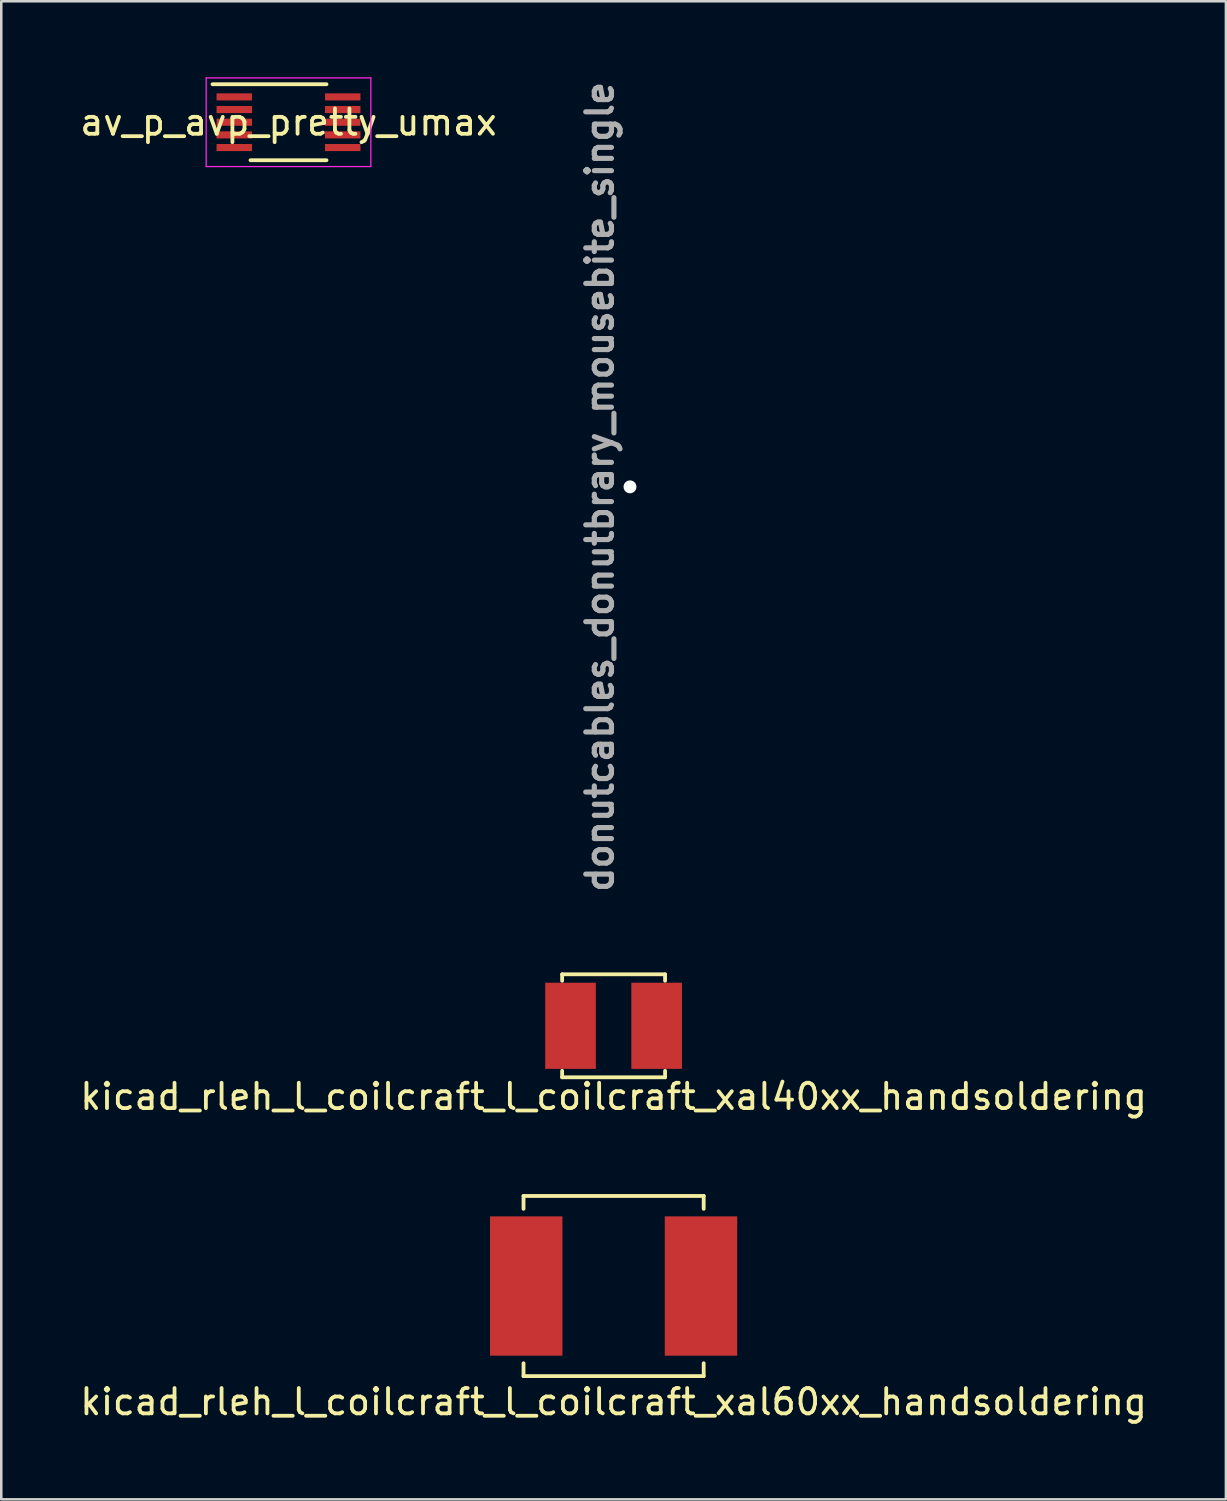
<source format=kicad_pcb>
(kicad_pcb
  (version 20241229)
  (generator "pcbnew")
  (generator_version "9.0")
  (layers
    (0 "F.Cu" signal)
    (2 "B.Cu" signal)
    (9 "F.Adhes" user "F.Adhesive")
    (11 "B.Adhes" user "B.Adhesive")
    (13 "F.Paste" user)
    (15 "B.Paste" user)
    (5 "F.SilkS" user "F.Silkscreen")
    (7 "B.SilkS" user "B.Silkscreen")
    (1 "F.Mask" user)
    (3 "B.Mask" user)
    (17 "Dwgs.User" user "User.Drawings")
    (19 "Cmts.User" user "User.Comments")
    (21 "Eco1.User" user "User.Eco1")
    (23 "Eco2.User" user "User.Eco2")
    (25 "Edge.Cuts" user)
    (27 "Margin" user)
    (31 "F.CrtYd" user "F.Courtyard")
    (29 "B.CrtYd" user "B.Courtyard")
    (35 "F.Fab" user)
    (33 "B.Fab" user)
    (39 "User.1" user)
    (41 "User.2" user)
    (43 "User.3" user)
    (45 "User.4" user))
  (footprint "kicad_rleh_l_coilcraft_l_coilcraft_xal60xx_handsoldering"
    (layer "F.Cu")
    (at 21.173 47.718)
    (property "Reference" "kicad_rleh_l_coilcraft_l_coilcraft_xal60xx_handsoldering" (at 0 4.572 0) (layer "F.SilkS") (effects (font (size 1 1) (thickness 0.15))))
    (attr through_hole)
    (fp_line (start -3.556 -3.556) (end -3.556 -3.048) (stroke (width 0.15) (type solid)) (layer "F.SilkS"))
    (fp_line (start -3.556 -3.556) (end 3.556 -3.556) (stroke (width 0.15) (type solid)) (layer "F.SilkS"))
    (fp_line (start -3.556 3.556) (end -3.556 3.048) (stroke (width 0.15) (type solid)) (layer "F.SilkS"))
    (fp_line (start 3.556 -3.556) (end 3.556 -3.048) (stroke (width 0.15) (type solid)) (layer "F.SilkS"))
    (fp_line (start 3.556 3.048) (end 3.556 3.556) (stroke (width 0.15) (type solid)) (layer "F.SilkS"))
    (fp_line (start 3.556 3.556) (end -3.556 3.556) (stroke (width 0.15) (type solid)) (layer "F.SilkS"))
    (pad "1" smd rect (at -3.45 0) (size 2.86 5.5) (layers "F.Cu" "F.Mask" "F.Paste"))
    (pad "2" smd rect (at 3.45 0) (size 2.86 5.5) (layers "F.Cu" "F.Mask" "F.Paste")))
  (footprint "kicad_rleh_l_coilcraft_l_coilcraft_xal40xx_handsoldering"
    (layer "F.Cu")
    (at 21.173 37.445)
    (property "Reference" "kicad_rleh_l_coilcraft_l_coilcraft_xal40xx_handsoldering" (at 0 2.794 0) (layer "F.SilkS") (effects (font (size 1 1) (thickness 0.15))))
    (attr through_hole)
    (fp_line (start -2.032 -2.032) (end -2.032 -1.778) (stroke (width 0.15) (type solid)) (layer "F.SilkS"))
    (fp_line (start -2.032 -2.032) (end 2.032 -2.032) (stroke (width 0.15) (type solid)) (layer "F.SilkS"))
    (fp_line (start -2.032 2.032) (end -2.032 1.778) (stroke (width 0.15) (type solid)) (layer "F.SilkS"))
    (fp_line (start 2.032 -2.032) (end 2.032 -1.778) (stroke (width 0.15) (type solid)) (layer "F.SilkS"))
    (fp_line (start 2.032 1.778) (end 2.032 2.032) (stroke (width 0.15) (type solid)) (layer "F.SilkS"))
    (fp_line (start 2.032 2.032) (end -2.032 2.032) (stroke (width 0.15) (type solid)) (layer "F.SilkS"))
    (pad "1" smd rect (at -1.7 0) (size 2 3.4) (layers "F.Cu" "F.Mask" "F.Paste"))
    (pad "2" smd rect (at 1.7 0) (size 2 3.4) (layers "F.Cu" "F.Mask" "F.Paste")))
  (footprint "donutcables_donutbrary_mousebite_single"
    (layer "F.Cu")
    (at 21.82 16.169)
    (property "Reference" "donutcables_donutbrary_mousebite_single" (at -1.191 0 90) (layer "F.Fab") (effects (font (size 1.016 1.016) (thickness 0.203))))
    (attr through_hole)
    (pad "" np_thru_hole circle (at 0 0) (size 0.508 0.508) (drill 0.508) (layers "*.Cu" "*.Mask")))
  (footprint "av_p_avp_pretty_umax"
    (layer "F.Cu")
    (at 8.339 1.775)
    (property "Reference" "av_p_avp_pretty_umax" (at 0 0 0) (layer "F.SilkS") (effects (font (size 1 1) (thickness 0.15))))
    (attr through_hole)
    (fp_line (start -3 -1.5) (end 1.5 -1.5) (stroke (width 0.15) (type solid)) (layer "F.SilkS"))
    (fp_line (start 1.5 1.5) (end -1.5 1.5) (stroke (width 0.15) (type solid)) (layer "F.SilkS"))
    (fp_line (start -3.25 -1.75) (end -3.25 1.75) (stroke (width 0.05) (type solid)) (layer "F.CrtYd"))
    (fp_line (start -3.25 1.75) (end 3.25 1.75) (stroke (width 0.05) (type solid)) (layer "F.CrtYd"))
    (fp_line (start 3.25 -1.75) (end -3.25 -1.75) (stroke (width 0.05) (type solid)) (layer "F.CrtYd"))
    (fp_line (start 3.25 1.75) (end 3.25 -1.75) (stroke (width 0.05) (type solid)) (layer "F.CrtYd"))
    (pad "1" smd rect (at -2.14 -1) (size 1.4 0.28) (layers "F.Cu" "F.Mask" "F.Paste"))
    (pad "2" smd rect (at -2.14 -0.5) (size 1.4 0.28) (layers "F.Cu" "F.Mask" "F.Paste"))
    (pad "3" smd rect (at -2.14 0) (size 1.4 0.28) (layers "F.Cu" "F.Mask" "F.Paste"))
    (pad "4" smd rect (at -2.14 0.5) (size 1.4 0.28) (layers "F.Cu" "F.Mask" "F.Paste"))
    (pad "5" smd rect (at -2.14 1) (size 1.4 0.28) (layers "F.Cu" "F.Mask" "F.Paste"))
    (pad "6" smd rect (at 2.14 1) (size 1.4 0.28) (layers "F.Cu" "F.Mask" "F.Paste"))
    (pad "7" smd rect (at 2.14 0.5) (size 1.4 0.28) (layers "F.Cu" "F.Mask" "F.Paste"))
    (pad "8" smd rect (at 2.14 0) (size 1.4 0.28) (layers "F.Cu" "F.Mask" "F.Paste"))
    (pad "9" smd rect (at 2.14 -0.5) (size 1.4 0.28) (layers "F.Cu" "F.Mask" "F.Paste"))
    (pad "10" smd rect (at 2.14 -1) (size 1.4 0.28) (layers "F.Cu" "F.Mask" "F.Paste")))
  (gr_rect
    (start -3 -3)
    (end 45.345 56.138)
    (stroke (width 0.1) (type default))
    (fill no)
    (layer "Edge.Cuts")))
</source>
